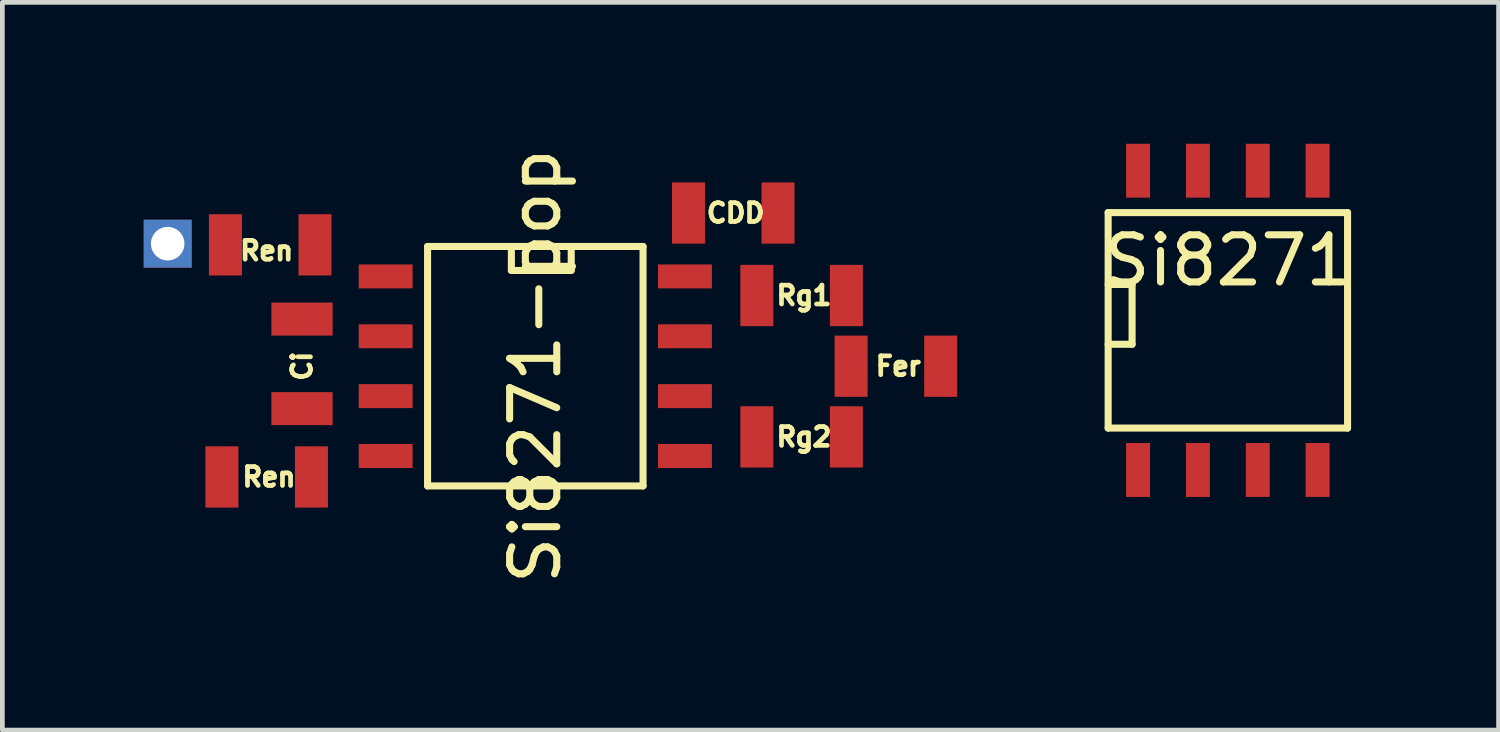
<source format=kicad_pcb>
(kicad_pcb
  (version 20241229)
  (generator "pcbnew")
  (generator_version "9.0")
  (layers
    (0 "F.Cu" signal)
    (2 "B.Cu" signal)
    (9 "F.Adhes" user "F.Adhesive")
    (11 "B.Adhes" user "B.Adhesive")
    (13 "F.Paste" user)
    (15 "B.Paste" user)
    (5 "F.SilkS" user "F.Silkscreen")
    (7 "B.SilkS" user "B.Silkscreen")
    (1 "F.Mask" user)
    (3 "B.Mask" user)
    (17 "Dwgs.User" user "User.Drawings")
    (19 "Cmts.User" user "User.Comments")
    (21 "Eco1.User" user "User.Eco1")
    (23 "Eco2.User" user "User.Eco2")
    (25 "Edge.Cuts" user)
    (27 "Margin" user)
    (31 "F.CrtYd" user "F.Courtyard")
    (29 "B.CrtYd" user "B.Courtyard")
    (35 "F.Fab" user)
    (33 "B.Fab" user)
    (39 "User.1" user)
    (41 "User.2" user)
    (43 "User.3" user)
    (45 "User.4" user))
  (footprint "Si8271"
    (layer "F.Cu")
    (at 23.002 3.747)
    (property "Reference" "Si8271" (at 0 -1.27 0) (layer "F.SilkS") (effects (font (size 1 1) (thickness 0.15))))
    (attr smd)
    (fp_line (start -2.54 -2.286) (end 2.54 -2.286) (stroke (width 0.15) (type solid)) (layer "F.SilkS"))
    (fp_line (start -2.54 -0.762) (end -2.032 -0.762) (stroke (width 0.15) (type solid)) (layer "F.SilkS"))
    (fp_line (start -2.54 2.286) (end -2.54 -2.286) (stroke (width 0.15) (type solid)) (layer "F.SilkS"))
    (fp_line (start -2.032 -0.762) (end -2.032 0.508) (stroke (width 0.15) (type solid)) (layer "F.SilkS"))
    (fp_line (start -2.032 0.508) (end -2.54 0.508) (stroke (width 0.15) (type solid)) (layer "F.SilkS"))
    (fp_line (start 2.54 -2.286) (end 2.54 2.286) (stroke (width 0.15) (type solid)) (layer "F.SilkS"))
    (fp_line (start 2.54 2.286) (end -2.54 2.286) (stroke (width 0.15) (type solid)) (layer "F.SilkS"))
    (pad "EN" smd rect (at 1.905 3.175) (size 0.508 1.143) (layers "F.Cu" "F.Mask" "F.Paste"))
    (pad "GND" smd rect (at 1.905 -3.175) (size 0.508 1.143) (layers "F.Cu" "F.Mask" "F.Paste"))
    (pad "GNDI" smd rect (at 0.635 3.175) (size 0.508 1.143) (layers "F.Cu" "F.Mask" "F.Paste"))
    (pad "VDD" smd rect (at -1.905 -3.175) (size 0.508 1.143) (layers "F.Cu" "F.Mask" "F.Paste"))
    (pad "VDDI" smd rect (at -0.635 3.175) (size 0.508 1.143) (layers "F.Cu" "F.Mask" "F.Paste"))
    (pad "VI" smd rect (at -1.905 3.175) (size 0.508 1.143) (layers "F.Cu" "F.Mask" "F.Paste"))
    (pad "VO+" smd rect (at -0.635 -3.175) (size 0.508 1.143) (layers "F.Cu" "F.Mask" "F.Paste"))
    (pad "VO-" smd rect (at 0.635 -3.175) (size 0.508 1.143) (layers "F.Cu" "F.Mask" "F.Paste")))
  (footprint "Si8271-pop"
    (layer "F.Cu")
    (at 8.308 4.72)
    (property "Reference" "Si8271-pop" (at 0 0 270) (layer "F.SilkS") (effects (font (size 1 1) (thickness 0.15))))
    (attr smd)
    (fp_line (start -2.286 -2.54) (end 2.286 -2.54) (stroke (width 0.15) (type solid)) (layer "F.SilkS"))
    (fp_line (start -2.286 2.54) (end -2.286 -2.54) (stroke (width 0.15) (type solid)) (layer "F.SilkS"))
    (fp_line (start -0.508 -2.032) (end -0.508 -2.54) (stroke (width 0.15) (type solid)) (layer "F.SilkS"))
    (fp_line (start 0.762 -2.54) (end 0.762 -2.032) (stroke (width 0.15) (type solid)) (layer "F.SilkS"))
    (fp_line (start 0.762 -2.032) (end -0.508 -2.032) (stroke (width 0.15) (type solid)) (layer "F.SilkS"))
    (fp_line (start 2.286 -2.54) (end 2.286 2.54) (stroke (width 0.15) (type solid)) (layer "F.SilkS"))
    (fp_line (start 2.286 2.54) (end -2.286 2.54) (stroke (width 0.15) (type solid)) (layer "F.SilkS"))
    (fp_text user "Ren" (at -5.7 -2.45 0) (layer "F.SilkS") (effects (font (size 0.4 0.4) (thickness 0.1))))
    (fp_text user "Rg2" (at 5.7 1.5 0) (layer "F.SilkS") (effects (font (size 0.4 0.4) (thickness 0.1))))
    (fp_text user "Fer" (at 7.7 0 0) (layer "F.SilkS") (effects (font (size 0.4 0.4) (thickness 0.1))))
    (fp_text user "CDD" (at 4.25 -3.25 0) (layer "F.SilkS") (effects (font (size 0.4 0.4) (thickness 0.1))))
    (fp_text user "Ci" (at -4.95 0 90) (layer "F.SilkS") (effects (font (size 0.4 0.4) (thickness 0.1))))
    (fp_text user "Rg1" (at 5.7 -1.5 0) (layer "F.SilkS") (effects (font (size 0.4 0.4) (thickness 0.1))))
    (fp_text user "Ren" (at -5.65 2.35 0) (layer "F.SilkS") (effects (font (size 0.4 0.4) (thickness 0.1))))
    (pad "EN" smd rect (at -4.75 2.35) (size 0.7 1.3) (layers "F.Cu" "F.Mask" "F.Paste"))
    (pad "EN" smd rect (at -3.175 1.905 270) (size 0.508 1.143) (layers "F.Cu" "F.Mask" "F.Paste"))
    (pad "GND" smd rect (at 3.175 1.905 270) (size 0.508 1.143) (layers "F.Cu" "F.Mask" "F.Paste"))
    (pad "GND" smd rect (at 5.15 -3.25) (size 0.7 1.3) (layers "F.Cu" "F.Mask" "F.Paste"))
    (pad "GNDi" smd rect (at -4.95 0.9 270) (size 0.7 1.3) (layers "F.Cu" "F.Mask" "F.Paste"))
    (pad "GNDi" smd rect (at -3.175 0.635 270) (size 0.508 1.143) (layers "F.Cu" "F.Mask" "F.Paste"))
    (pad "VDD" smd rect (at 3.175 -1.905 270) (size 0.508 1.143) (layers "F.Cu" "F.Mask" "F.Paste"))
    (pad "VDD" smd rect (at 3.25 -3.25) (size 0.7 1.3) (layers "F.Cu" "F.Mask" "F.Paste"))
    (pad "VDDi" smd rect (at -6.65 2.35) (size 0.7 1.3) (layers "F.Cu" "F.Mask" "F.Paste"))
    (pad "VDDi" smd rect (at -4.95 -1 270) (size 0.7 1.3) (layers "F.Cu" "F.Mask" "F.Paste"))
    (pad "VDDi" smd rect (at -3.175 -0.635 270) (size 0.508 1.143) (layers "F.Cu" "F.Mask" "F.Paste"))
    (pad "VI" smd rect (at -4.675 -2.575) (size 0.7 1.3) (layers "F.Cu" "F.Mask" "F.Paste"))
    (pad "VI" smd rect (at -3.175 -1.905 270) (size 0.508 1.143) (layers "F.Cu" "F.Mask" "F.Paste"))
    (pad "Vf" smd rect (at 8.6 0) (size 0.7 1.3) (layers "F.Cu" "F.Mask" "F.Paste"))
    (pad "Vg" smd rect (at 6.6 -1.5) (size 0.7 1.3) (layers "F.Cu" "F.Mask" "F.Paste"))
    (pad "Vg" smd rect (at 6.6 1.5) (size 0.7 1.3) (layers "F.Cu" "F.Mask" "F.Paste"))
    (pad "Vg" smd rect (at 6.7 0) (size 0.7 1.3) (layers "F.Cu" "F.Mask" "F.Paste"))
    (pad "Vg+" smd rect (at 3.175 -0.635 270) (size 0.508 1.143) (layers "F.Cu" "F.Mask" "F.Paste"))
    (pad "Vg+" smd rect (at 4.7 -1.5) (size 0.7 1.3) (layers "F.Cu" "F.Mask" "F.Paste"))
    (pad "Vg-" smd rect (at 3.175 0.635 270) (size 0.508 1.143) (layers "F.Cu" "F.Mask" "F.Paste"))
    (pad "Vg-" smd rect (at 4.7 1.5) (size 0.7 1.3) (layers "F.Cu" "F.Mask" "F.Paste"))
    (pad "Vin" thru_hole rect (at -7.8 -2.6 270) (size 1.016 1.016) (drill 0.711) (layers "*.Cu" "*.Mask"))
    (pad "Vin" smd rect (at -6.575 -2.575) (size 0.7 1.3) (layers "F.Cu" "F.Mask" "F.Paste")))
  (gr_rect
    (start -3 -3)
    (end 28.746 12.44)
    (stroke (width 0.1) (type default))
    (fill no)
    (layer "Edge.Cuts")))
</source>
